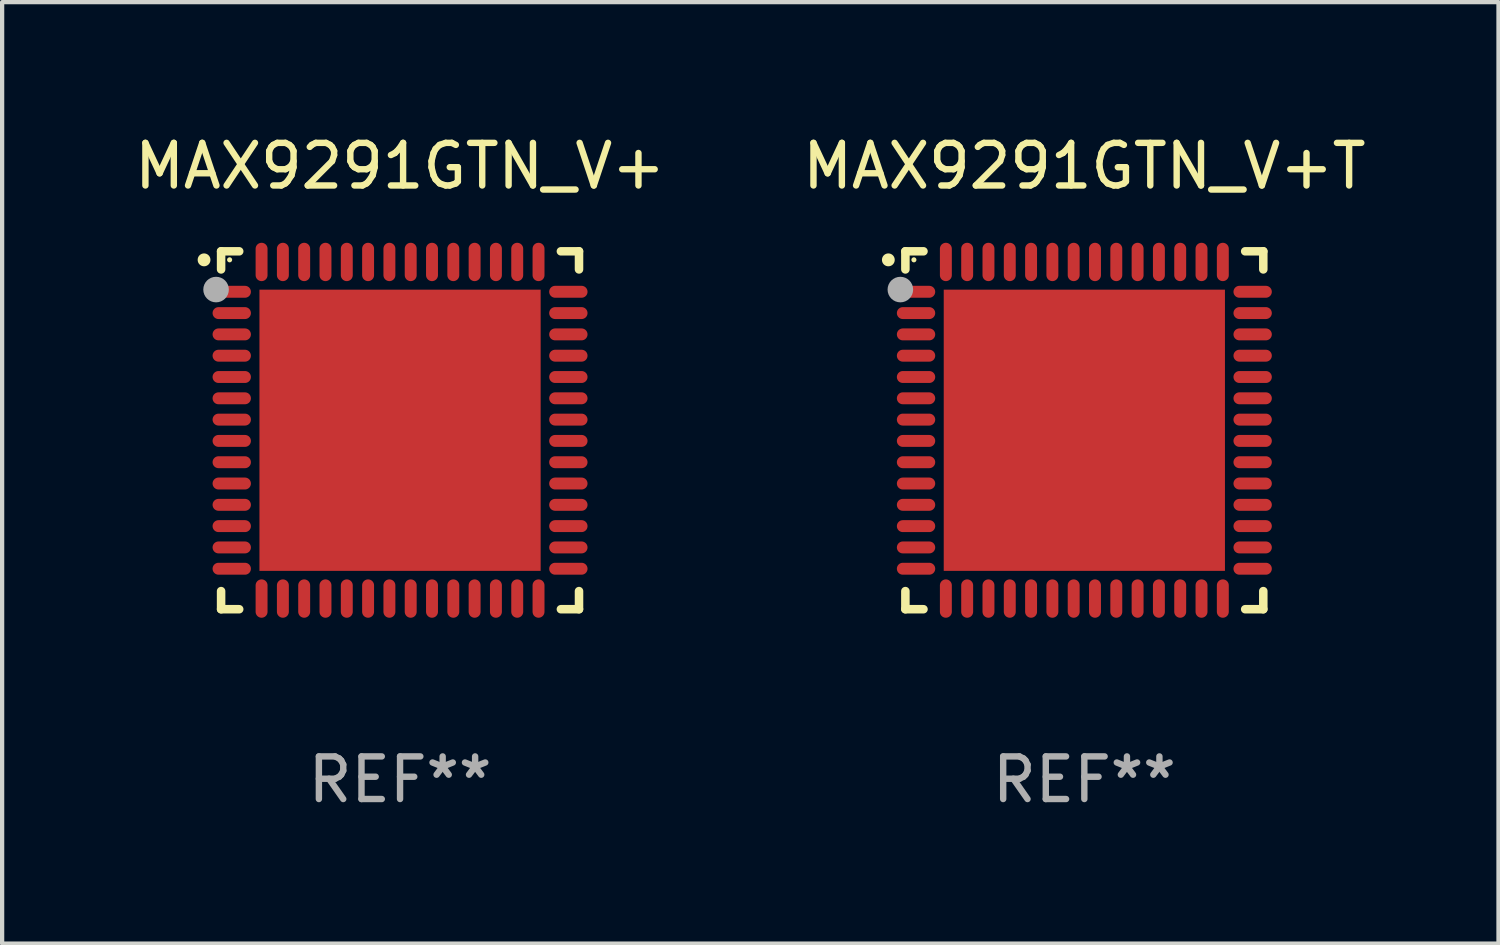
<source format=kicad_pcb>
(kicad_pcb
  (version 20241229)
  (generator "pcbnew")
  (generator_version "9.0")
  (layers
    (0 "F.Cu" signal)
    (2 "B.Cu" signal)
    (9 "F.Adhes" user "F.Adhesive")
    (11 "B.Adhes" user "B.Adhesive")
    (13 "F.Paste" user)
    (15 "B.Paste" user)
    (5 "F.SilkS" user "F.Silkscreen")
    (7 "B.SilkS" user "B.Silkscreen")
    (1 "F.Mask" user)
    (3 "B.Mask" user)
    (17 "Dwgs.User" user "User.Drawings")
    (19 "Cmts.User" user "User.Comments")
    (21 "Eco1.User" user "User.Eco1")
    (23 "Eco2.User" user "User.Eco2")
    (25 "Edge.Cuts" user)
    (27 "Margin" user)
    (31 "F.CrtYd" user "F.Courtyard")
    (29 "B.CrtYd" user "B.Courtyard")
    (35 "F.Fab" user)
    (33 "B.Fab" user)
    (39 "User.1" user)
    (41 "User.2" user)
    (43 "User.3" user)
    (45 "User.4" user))
  (footprint "MAX9291GTN_V+T"
    (layer "F.Cu")
    (at 22.399 7.048)
    (property "Reference" "MAX9291GTN_V+T" (at 0 -6.2 0) (layer "F.SilkS") (effects (font (size 1 1) (thickness 0.15))))
    (attr through_hole)
    (fp_line (start -4.2 -4.2) (end -3.775 -4.2) (stroke (width 0.2) (type solid)) (layer "F.SilkS"))
    (fp_line (start -4.2 -3.775) (end -4.2 -4.2) (stroke (width 0.2) (type solid)) (layer "F.SilkS"))
    (fp_line (start -4.2 3.775) (end -4.2 4.2) (stroke (width 0.2) (type solid)) (layer "F.SilkS"))
    (fp_line (start -4.2 4.2) (end -3.775 4.2) (stroke (width 0.2) (type solid)) (layer "F.SilkS"))
    (fp_line (start 3.775 4.2) (end 4.2 4.2) (stroke (width 0.2) (type solid)) (layer "F.SilkS"))
    (fp_line (start 4.2 -4.2) (end 3.775 -4.2) (stroke (width 0.2) (type solid)) (layer "F.SilkS"))
    (fp_line (start 4.2 -3.775) (end 4.2 -4.2) (stroke (width 0.2) (type solid)) (layer "F.SilkS"))
    (fp_line (start 4.2 4.2) (end 4.2 3.775) (stroke (width 0.2) (type solid)) (layer "F.SilkS"))
    (fp_arc (start -4.599949 -3.997968) (mid -4.599954 -3.999238) (end -4.599949 -4.000508) (stroke (width 0.3) (type solid)) (layer "F.SilkS"))
    (fp_circle (center -4 -4) (end -3.97 -4) (stroke (width 0.06) (type solid)) (fill no) (layer "F.SilkS"))
    (fp_circle (center -4.318 -3.302) (end -4.168 -3.302) (stroke (width 0.3) (type solid)) (fill no) (layer "F.Fab"))
    (fp_text user "REF**" (at 0 8.2 0) (layer "F.Fab") (effects (font (size 1 1) (thickness 0.15))))
    (pad "1" smd oval (at -3.95 -3.25 90) (size 0.28 0.9) (layers "F.Cu" "F.Mask" "F.Paste"))
    (pad "2" smd oval (at -3.95 -2.75 90) (size 0.28 0.9) (layers "F.Cu" "F.Mask" "F.Paste"))
    (pad "3" smd oval (at -3.95 -2.25 90) (size 0.28 0.9) (layers "F.Cu" "F.Mask" "F.Paste"))
    (pad "4" smd oval (at -3.95 -1.75 90) (size 0.28 0.9) (layers "F.Cu" "F.Mask" "F.Paste"))
    (pad "5" smd oval (at -3.95 -1.25 90) (size 0.28 0.9) (layers "F.Cu" "F.Mask" "F.Paste"))
    (pad "6" smd oval (at -3.95 -0.75 90) (size 0.28 0.9) (layers "F.Cu" "F.Mask" "F.Paste"))
    (pad "7" smd oval (at -3.95 -0.25 90) (size 0.28 0.9) (layers "F.Cu" "F.Mask" "F.Paste"))
    (pad "8" smd oval (at -3.95 0.25 90) (size 0.28 0.9) (layers "F.Cu" "F.Mask" "F.Paste"))
    (pad "9" smd oval (at -3.95 0.75 90) (size 0.28 0.9) (layers "F.Cu" "F.Mask" "F.Paste"))
    (pad "10" smd oval (at -3.95 1.25 90) (size 0.28 0.9) (layers "F.Cu" "F.Mask" "F.Paste"))
    (pad "11" smd oval (at -3.95 1.75 90) (size 0.28 0.9) (layers "F.Cu" "F.Mask" "F.Paste"))
    (pad "12" smd oval (at -3.95 2.25 90) (size 0.28 0.9) (layers "F.Cu" "F.Mask" "F.Paste"))
    (pad "13" smd oval (at -3.95 2.75 90) (size 0.28 0.9) (layers "F.Cu" "F.Mask" "F.Paste"))
    (pad "14" smd oval (at -3.95 3.25 90) (size 0.28 0.9) (layers "F.Cu" "F.Mask" "F.Paste"))
    (pad "15" smd oval (at -3.25 3.95) (size 0.28 0.9) (layers "F.Cu" "F.Mask" "F.Paste"))
    (pad "16" smd oval (at -2.75 3.95) (size 0.28 0.9) (layers "F.Cu" "F.Mask" "F.Paste"))
    (pad "17" smd oval (at -2.25 3.95) (size 0.28 0.9) (layers "F.Cu" "F.Mask" "F.Paste"))
    (pad "18" smd oval (at -1.75 3.95) (size 0.28 0.9) (layers "F.Cu" "F.Mask" "F.Paste"))
    (pad "19" smd oval (at -1.25 3.95) (size 0.28 0.9) (layers "F.Cu" "F.Mask" "F.Paste"))
    (pad "20" smd oval (at -0.75 3.95) (size 0.28 0.9) (layers "F.Cu" "F.Mask" "F.Paste"))
    (pad "21" smd oval (at -0.25 3.95) (size 0.28 0.9) (layers "F.Cu" "F.Mask" "F.Paste"))
    (pad "22" smd oval (at 0.25 3.95) (size 0.28 0.9) (layers "F.Cu" "F.Mask" "F.Paste"))
    (pad "23" smd oval (at 0.75 3.95) (size 0.28 0.9) (layers "F.Cu" "F.Mask" "F.Paste"))
    (pad "24" smd oval (at 1.25 3.95) (size 0.28 0.9) (layers "F.Cu" "F.Mask" "F.Paste"))
    (pad "25" smd oval (at 1.75 3.95) (size 0.28 0.9) (layers "F.Cu" "F.Mask" "F.Paste"))
    (pad "26" smd oval (at 2.25 3.95) (size 0.28 0.9) (layers "F.Cu" "F.Mask" "F.Paste"))
    (pad "27" smd oval (at 2.75 3.95) (size 0.28 0.9) (layers "F.Cu" "F.Mask" "F.Paste"))
    (pad "28" smd oval (at 3.25 3.95) (size 0.28 0.9) (layers "F.Cu" "F.Mask" "F.Paste"))
    (pad "29" smd oval (at 3.95 3.25 90) (size 0.28 0.9) (layers "F.Cu" "F.Mask" "F.Paste"))
    (pad "30" smd oval (at 3.95 2.75 90) (size 0.28 0.9) (layers "F.Cu" "F.Mask" "F.Paste"))
    (pad "31" smd oval (at 3.95 2.25 90) (size 0.28 0.9) (layers "F.Cu" "F.Mask" "F.Paste"))
    (pad "32" smd oval (at 3.95 1.75 90) (size 0.28 0.9) (layers "F.Cu" "F.Mask" "F.Paste"))
    (pad "33" smd oval (at 3.95 1.25 90) (size 0.28 0.9) (layers "F.Cu" "F.Mask" "F.Paste"))
    (pad "34" smd oval (at 3.95 0.75 90) (size 0.28 0.9) (layers "F.Cu" "F.Mask" "F.Paste"))
    (pad "35" smd oval (at 3.95 0.25 90) (size 0.28 0.9) (layers "F.Cu" "F.Mask" "F.Paste"))
    (pad "36" smd oval (at 3.95 -0.25 90) (size 0.28 0.9) (layers "F.Cu" "F.Mask" "F.Paste"))
    (pad "37" smd oval (at 3.95 -0.75 90) (size 0.28 0.9) (layers "F.Cu" "F.Mask" "F.Paste"))
    (pad "38" smd oval (at 3.95 -1.25 90) (size 0.28 0.9) (layers "F.Cu" "F.Mask" "F.Paste"))
    (pad "39" smd oval (at 3.95 -1.75 90) (size 0.28 0.9) (layers "F.Cu" "F.Mask" "F.Paste"))
    (pad "40" smd oval (at 3.95 -2.25 90) (size 0.28 0.9) (layers "F.Cu" "F.Mask" "F.Paste"))
    (pad "41" smd oval (at 3.95 -2.75 90) (size 0.28 0.9) (layers "F.Cu" "F.Mask" "F.Paste"))
    (pad "42" smd oval (at 3.95 -3.25 90) (size 0.28 0.9) (layers "F.Cu" "F.Mask" "F.Paste"))
    (pad "43" smd oval (at 3.25 -3.95) (size 0.28 0.9) (layers "F.Cu" "F.Mask" "F.Paste"))
    (pad "44" smd oval (at 2.75 -3.95) (size 0.28 0.9) (layers "F.Cu" "F.Mask" "F.Paste"))
    (pad "45" smd oval (at 2.25 -3.95) (size 0.28 0.9) (layers "F.Cu" "F.Mask" "F.Paste"))
    (pad "46" smd oval (at 1.75 -3.95) (size 0.28 0.9) (layers "F.Cu" "F.Mask" "F.Paste"))
    (pad "47" smd oval (at 1.25 -3.95) (size 0.28 0.9) (layers "F.Cu" "F.Mask" "F.Paste"))
    (pad "48" smd oval (at 0.75 -3.95) (size 0.28 0.9) (layers "F.Cu" "F.Mask" "F.Paste"))
    (pad "49" smd oval (at 0.25 -3.95) (size 0.28 0.9) (layers "F.Cu" "F.Mask" "F.Paste"))
    (pad "50" smd oval (at -0.25 -3.95) (size 0.28 0.9) (layers "F.Cu" "F.Mask" "F.Paste"))
    (pad "51" smd oval (at -0.75 -3.95) (size 0.28 0.9) (layers "F.Cu" "F.Mask" "F.Paste"))
    (pad "52" smd oval (at -1.25 -3.95) (size 0.28 0.9) (layers "F.Cu" "F.Mask" "F.Paste"))
    (pad "53" smd oval (at -1.75 -3.95) (size 0.28 0.9) (layers "F.Cu" "F.Mask" "F.Paste"))
    (pad "54" smd oval (at -2.25 -3.95) (size 0.28 0.9) (layers "F.Cu" "F.Mask" "F.Paste"))
    (pad "55" smd oval (at -2.75 -3.95) (size 0.28 0.9) (layers "F.Cu" "F.Mask" "F.Paste"))
    (pad "56" smd oval (at -3.25 -3.95) (size 0.28 0.9) (layers "F.Cu" "F.Mask" "F.Paste"))
    (pad "57" smd rect (at 0 0.000051) (size 6.6 6.6) (layers "F.Cu" "F.Mask" "F.Paste")))
  (footprint "MAX9291GTN_V+"
    (layer "F.Cu")
    (at 6.339 7.048)
    (property "Reference" "MAX9291GTN_V+" (at 0 -6.2 0) (layer "F.SilkS") (effects (font (size 1 1) (thickness 0.15))))
    (attr through_hole)
    (fp_line (start -4.2 -4.2) (end -3.775 -4.2) (stroke (width 0.2) (type solid)) (layer "F.SilkS"))
    (fp_line (start -4.2 -3.775) (end -4.2 -4.2) (stroke (width 0.2) (type solid)) (layer "F.SilkS"))
    (fp_line (start -4.2 3.775) (end -4.2 4.2) (stroke (width 0.2) (type solid)) (layer "F.SilkS"))
    (fp_line (start -4.2 4.2) (end -3.775 4.2) (stroke (width 0.2) (type solid)) (layer "F.SilkS"))
    (fp_line (start 3.775 4.2) (end 4.2 4.2) (stroke (width 0.2) (type solid)) (layer "F.SilkS"))
    (fp_line (start 4.2 -4.2) (end 3.775 -4.2) (stroke (width 0.2) (type solid)) (layer "F.SilkS"))
    (fp_line (start 4.2 -3.775) (end 4.2 -4.2) (stroke (width 0.2) (type solid)) (layer "F.SilkS"))
    (fp_line (start 4.2 4.2) (end 4.2 3.775) (stroke (width 0.2) (type solid)) (layer "F.SilkS"))
    (fp_arc (start -4.599949 -3.997968) (mid -4.599954 -3.999238) (end -4.599949 -4.000508) (stroke (width 0.3) (type solid)) (layer "F.SilkS"))
    (fp_circle (center -4 -4) (end -3.97 -4) (stroke (width 0.06) (type solid)) (fill no) (layer "F.SilkS"))
    (fp_circle (center -4.318 -3.302) (end -4.168 -3.302) (stroke (width 0.3) (type solid)) (fill no) (layer "F.Fab"))
    (fp_text user "REF**" (at 0 8.2 0) (layer "F.Fab") (effects (font (size 1 1) (thickness 0.15))))
    (pad "1" smd oval (at -3.95 -3.25 90) (size 0.28 0.9) (layers "F.Cu" "F.Mask" "F.Paste"))
    (pad "2" smd oval (at -3.95 -2.75 90) (size 0.28 0.9) (layers "F.Cu" "F.Mask" "F.Paste"))
    (pad "3" smd oval (at -3.95 -2.25 90) (size 0.28 0.9) (layers "F.Cu" "F.Mask" "F.Paste"))
    (pad "4" smd oval (at -3.95 -1.75 90) (size 0.28 0.9) (layers "F.Cu" "F.Mask" "F.Paste"))
    (pad "5" smd oval (at -3.95 -1.25 90) (size 0.28 0.9) (layers "F.Cu" "F.Mask" "F.Paste"))
    (pad "6" smd oval (at -3.95 -0.75 90) (size 0.28 0.9) (layers "F.Cu" "F.Mask" "F.Paste"))
    (pad "7" smd oval (at -3.95 -0.25 90) (size 0.28 0.9) (layers "F.Cu" "F.Mask" "F.Paste"))
    (pad "8" smd oval (at -3.95 0.25 90) (size 0.28 0.9) (layers "F.Cu" "F.Mask" "F.Paste"))
    (pad "9" smd oval (at -3.95 0.75 90) (size 0.28 0.9) (layers "F.Cu" "F.Mask" "F.Paste"))
    (pad "10" smd oval (at -3.95 1.25 90) (size 0.28 0.9) (layers "F.Cu" "F.Mask" "F.Paste"))
    (pad "11" smd oval (at -3.95 1.75 90) (size 0.28 0.9) (layers "F.Cu" "F.Mask" "F.Paste"))
    (pad "12" smd oval (at -3.95 2.25 90) (size 0.28 0.9) (layers "F.Cu" "F.Mask" "F.Paste"))
    (pad "13" smd oval (at -3.95 2.75 90) (size 0.28 0.9) (layers "F.Cu" "F.Mask" "F.Paste"))
    (pad "14" smd oval (at -3.95 3.25 90) (size 0.28 0.9) (layers "F.Cu" "F.Mask" "F.Paste"))
    (pad "15" smd oval (at -3.25 3.95) (size 0.28 0.9) (layers "F.Cu" "F.Mask" "F.Paste"))
    (pad "16" smd oval (at -2.75 3.95) (size 0.28 0.9) (layers "F.Cu" "F.Mask" "F.Paste"))
    (pad "17" smd oval (at -2.25 3.95) (size 0.28 0.9) (layers "F.Cu" "F.Mask" "F.Paste"))
    (pad "18" smd oval (at -1.75 3.95) (size 0.28 0.9) (layers "F.Cu" "F.Mask" "F.Paste"))
    (pad "19" smd oval (at -1.25 3.95) (size 0.28 0.9) (layers "F.Cu" "F.Mask" "F.Paste"))
    (pad "20" smd oval (at -0.75 3.95) (size 0.28 0.9) (layers "F.Cu" "F.Mask" "F.Paste"))
    (pad "21" smd oval (at -0.25 3.95) (size 0.28 0.9) (layers "F.Cu" "F.Mask" "F.Paste"))
    (pad "22" smd oval (at 0.25 3.95) (size 0.28 0.9) (layers "F.Cu" "F.Mask" "F.Paste"))
    (pad "23" smd oval (at 0.75 3.95) (size 0.28 0.9) (layers "F.Cu" "F.Mask" "F.Paste"))
    (pad "24" smd oval (at 1.25 3.95) (size 0.28 0.9) (layers "F.Cu" "F.Mask" "F.Paste"))
    (pad "25" smd oval (at 1.75 3.95) (size 0.28 0.9) (layers "F.Cu" "F.Mask" "F.Paste"))
    (pad "26" smd oval (at 2.25 3.95) (size 0.28 0.9) (layers "F.Cu" "F.Mask" "F.Paste"))
    (pad "27" smd oval (at 2.75 3.95) (size 0.28 0.9) (layers "F.Cu" "F.Mask" "F.Paste"))
    (pad "28" smd oval (at 3.25 3.95) (size 0.28 0.9) (layers "F.Cu" "F.Mask" "F.Paste"))
    (pad "29" smd oval (at 3.95 3.25 90) (size 0.28 0.9) (layers "F.Cu" "F.Mask" "F.Paste"))
    (pad "30" smd oval (at 3.95 2.75 90) (size 0.28 0.9) (layers "F.Cu" "F.Mask" "F.Paste"))
    (pad "31" smd oval (at 3.95 2.25 90) (size 0.28 0.9) (layers "F.Cu" "F.Mask" "F.Paste"))
    (pad "32" smd oval (at 3.95 1.75 90) (size 0.28 0.9) (layers "F.Cu" "F.Mask" "F.Paste"))
    (pad "33" smd oval (at 3.95 1.25 90) (size 0.28 0.9) (layers "F.Cu" "F.Mask" "F.Paste"))
    (pad "34" smd oval (at 3.95 0.75 90) (size 0.28 0.9) (layers "F.Cu" "F.Mask" "F.Paste"))
    (pad "35" smd oval (at 3.95 0.25 90) (size 0.28 0.9) (layers "F.Cu" "F.Mask" "F.Paste"))
    (pad "36" smd oval (at 3.95 -0.25 90) (size 0.28 0.9) (layers "F.Cu" "F.Mask" "F.Paste"))
    (pad "37" smd oval (at 3.95 -0.75 90) (size 0.28 0.9) (layers "F.Cu" "F.Mask" "F.Paste"))
    (pad "38" smd oval (at 3.95 -1.25 90) (size 0.28 0.9) (layers "F.Cu" "F.Mask" "F.Paste"))
    (pad "39" smd oval (at 3.95 -1.75 90) (size 0.28 0.9) (layers "F.Cu" "F.Mask" "F.Paste"))
    (pad "40" smd oval (at 3.95 -2.25 90) (size 0.28 0.9) (layers "F.Cu" "F.Mask" "F.Paste"))
    (pad "41" smd oval (at 3.95 -2.75 90) (size 0.28 0.9) (layers "F.Cu" "F.Mask" "F.Paste"))
    (pad "42" smd oval (at 3.95 -3.25 90) (size 0.28 0.9) (layers "F.Cu" "F.Mask" "F.Paste"))
    (pad "43" smd oval (at 3.25 -3.95) (size 0.28 0.9) (layers "F.Cu" "F.Mask" "F.Paste"))
    (pad "44" smd oval (at 2.75 -3.95) (size 0.28 0.9) (layers "F.Cu" "F.Mask" "F.Paste"))
    (pad "45" smd oval (at 2.25 -3.95) (size 0.28 0.9) (layers "F.Cu" "F.Mask" "F.Paste"))
    (pad "46" smd oval (at 1.75 -3.95) (size 0.28 0.9) (layers "F.Cu" "F.Mask" "F.Paste"))
    (pad "47" smd oval (at 1.25 -3.95) (size 0.28 0.9) (layers "F.Cu" "F.Mask" "F.Paste"))
    (pad "48" smd oval (at 0.75 -3.95) (size 0.28 0.9) (layers "F.Cu" "F.Mask" "F.Paste"))
    (pad "49" smd oval (at 0.25 -3.95) (size 0.28 0.9) (layers "F.Cu" "F.Mask" "F.Paste"))
    (pad "50" smd oval (at -0.25 -3.95) (size 0.28 0.9) (layers "F.Cu" "F.Mask" "F.Paste"))
    (pad "51" smd oval (at -0.75 -3.95) (size 0.28 0.9) (layers "F.Cu" "F.Mask" "F.Paste"))
    (pad "52" smd oval (at -1.25 -3.95) (size 0.28 0.9) (layers "F.Cu" "F.Mask" "F.Paste"))
    (pad "53" smd oval (at -1.75 -3.95) (size 0.28 0.9) (layers "F.Cu" "F.Mask" "F.Paste"))
    (pad "54" smd oval (at -2.25 -3.95) (size 0.28 0.9) (layers "F.Cu" "F.Mask" "F.Paste"))
    (pad "55" smd oval (at -2.75 -3.95) (size 0.28 0.9) (layers "F.Cu" "F.Mask" "F.Paste"))
    (pad "56" smd oval (at -3.25 -3.95) (size 0.28 0.9) (layers "F.Cu" "F.Mask" "F.Paste"))
    (pad "57" smd rect (at 0 0.000051) (size 6.6 6.6) (layers "F.Cu" "F.Mask" "F.Paste")))
  (gr_rect
    (start -3 -3)
    (end 32.119 19.096)
    (stroke (width 0.1) (type default))
    (fill no)
    (layer "Edge.Cuts")))
</source>
